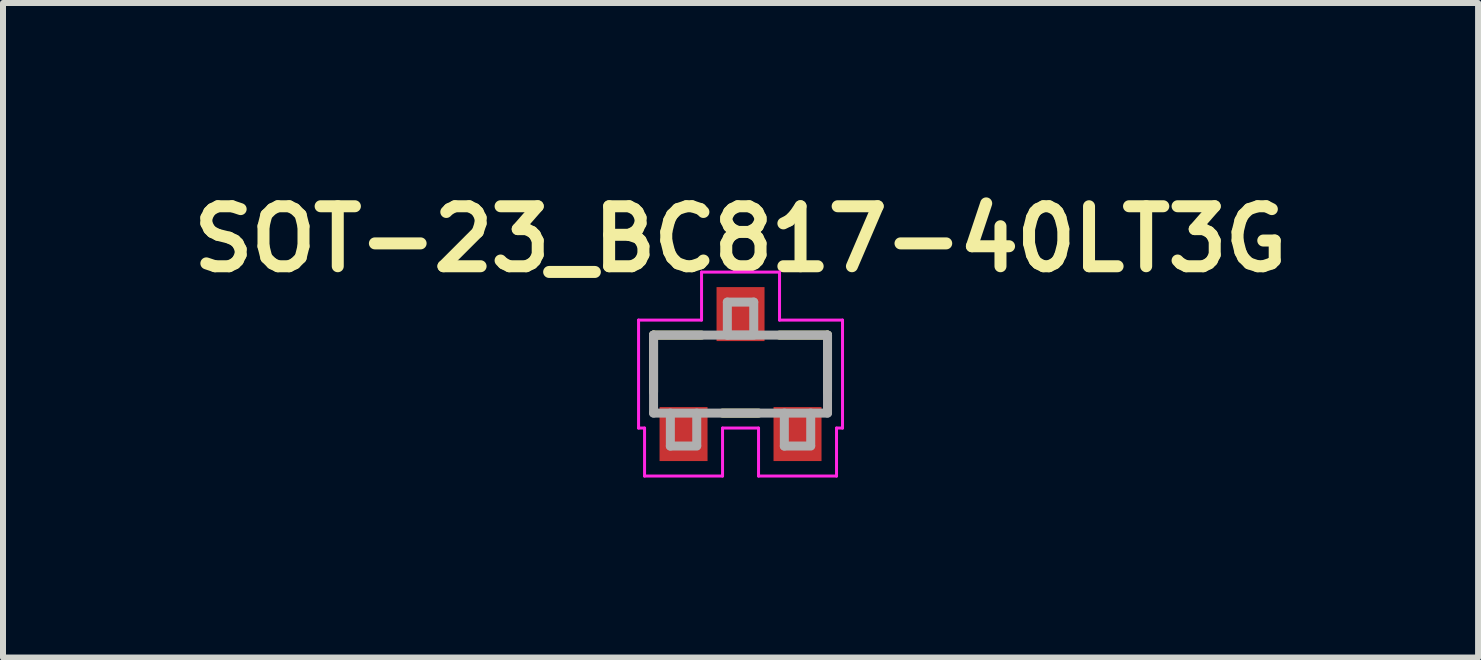
<source format=kicad_pcb>
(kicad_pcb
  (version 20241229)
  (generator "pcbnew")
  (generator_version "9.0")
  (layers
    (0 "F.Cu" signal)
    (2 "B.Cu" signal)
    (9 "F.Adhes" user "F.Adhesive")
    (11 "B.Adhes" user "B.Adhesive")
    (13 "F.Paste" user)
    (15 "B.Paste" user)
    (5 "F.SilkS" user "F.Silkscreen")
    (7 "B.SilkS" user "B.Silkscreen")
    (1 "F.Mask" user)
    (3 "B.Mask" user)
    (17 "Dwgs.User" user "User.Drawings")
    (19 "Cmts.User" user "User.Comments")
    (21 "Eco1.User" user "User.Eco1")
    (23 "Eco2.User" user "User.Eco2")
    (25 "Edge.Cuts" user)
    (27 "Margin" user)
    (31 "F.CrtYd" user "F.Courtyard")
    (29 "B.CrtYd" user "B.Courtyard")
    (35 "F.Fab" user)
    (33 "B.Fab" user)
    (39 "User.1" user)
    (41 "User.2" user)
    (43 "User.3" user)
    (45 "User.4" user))
  (footprint "SOT-23_BC817-40LT3G"
    (layer "F.Cu")
    (at 9.295 3.186)
    (property "Reference" "SOT-23_BC817-40LT3G" (at 0 -2.25 0) (layer "F.SilkS") (effects (font (size 1 1) (thickness 0.2))))
    (attr smd)
    (fp_line (start -1.45 -0.65) (end -0.65 -0.65) (stroke (width 0.15) (type solid)) (layer "F.SilkS"))
    (fp_line (start -1.45 0.3) (end -1.45 -0.65) (stroke (width 0.15) (type solid)) (layer "F.SilkS"))
    (fp_line (start -0.3 0.65) (end 0.3 0.65) (stroke (width 0.15) (type solid)) (layer "F.SilkS"))
    (fp_line (start 1.45 -0.65) (end 0.65 -0.65) (stroke (width 0.15) (type solid)) (layer "F.SilkS"))
    (fp_line (start 1.45 -0.65) (end 1.45 0.3) (stroke (width 0.15) (type solid)) (layer "F.SilkS"))
    (fp_line (start -1.7 -0.9) (end -1.7 0.9) (stroke (width 0.05) (type solid)) (layer "F.CrtYd"))
    (fp_line (start -1.7 0.9) (end -1.6 0.9) (stroke (width 0.05) (type solid)) (layer "F.CrtYd"))
    (fp_line (start -1.6 0.9) (end -1.6 1.7) (stroke (width 0.05) (type solid)) (layer "F.CrtYd"))
    (fp_line (start -1.6 1.7) (end -0.3 1.7) (stroke (width 0.05) (type solid)) (layer "F.CrtYd"))
    (fp_line (start -0.65 -1.7) (end -0.65 -0.9) (stroke (width 0.05) (type solid)) (layer "F.CrtYd"))
    (fp_line (start -0.65 -0.9) (end -1.7 -0.9) (stroke (width 0.05) (type solid)) (layer "F.CrtYd"))
    (fp_line (start -0.3 0.9) (end 0.3 0.9) (stroke (width 0.05) (type solid)) (layer "F.CrtYd"))
    (fp_line (start -0.3 1.7) (end -0.3 0.9) (stroke (width 0.05) (type solid)) (layer "F.CrtYd"))
    (fp_line (start 0.3 0.9) (end 0.3 1.7) (stroke (width 0.05) (type solid)) (layer "F.CrtYd"))
    (fp_line (start 0.3 1.7) (end 1.6 1.7) (stroke (width 0.05) (type solid)) (layer "F.CrtYd"))
    (fp_line (start 0.65 -1.7) (end -0.65 -1.7) (stroke (width 0.05) (type solid)) (layer "F.CrtYd"))
    (fp_line (start 0.65 -0.9) (end 0.65 -1.7) (stroke (width 0.05) (type solid)) (layer "F.CrtYd"))
    (fp_line (start 1.6 0.9) (end 1.7 0.9) (stroke (width 0.05) (type solid)) (layer "F.CrtYd"))
    (fp_line (start 1.6 1.7) (end 1.6 0.9) (stroke (width 0.05) (type solid)) (layer "F.CrtYd"))
    (fp_line (start 1.7 -0.9) (end 0.65 -0.9) (stroke (width 0.05) (type solid)) (layer "F.CrtYd"))
    (fp_line (start 1.7 0.9) (end 1.7 -0.9) (stroke (width 0.05) (type solid)) (layer "F.CrtYd"))
    (fp_line (start -1.45 -0.65) (end 1.45 -0.65) (stroke (width 0.15) (type solid)) (layer "F.Fab"))
    (fp_line (start -1.45 0.65) (end -1.45 -0.65) (stroke (width 0.15) (type solid)) (layer "F.Fab"))
    (fp_line (start -1.17 0.65) (end -0.73 0.65) (stroke (width 0.1) (type solid)) (layer "F.Fab"))
    (fp_line (start -1.17 1.2) (end -1.17 0.65) (stroke (width 0.15) (type solid)) (layer "F.Fab"))
    (fp_line (start -0.73 0.65) (end -0.73 1.19) (stroke (width 0.15) (type solid)) (layer "F.Fab"))
    (fp_line (start -0.73 1.2) (end -1.17 1.2) (stroke (width 0.15) (type solid)) (layer "F.Fab"))
    (fp_line (start -0.22 -1.2) (end 0.22 -1.2) (stroke (width 0.15) (type solid)) (layer "F.Fab"))
    (fp_line (start -0.22 -0.65) (end -0.22 -1.2) (stroke (width 0.15) (type solid)) (layer "F.Fab"))
    (fp_line (start 0.22 -1.2) (end 0.22 -0.66) (stroke (width 0.15) (type solid)) (layer "F.Fab"))
    (fp_line (start 0.22 -0.65) (end -0.22 -0.65) (stroke (width 0.15) (type solid)) (layer "F.Fab"))
    (fp_line (start 0.73 0.65) (end 1.17 0.65) (stroke (width 0.1) (type solid)) (layer "F.Fab"))
    (fp_line (start 0.73 1.2) (end 0.73 0.65) (stroke (width 0.15) (type solid)) (layer "F.Fab"))
    (fp_line (start 1.17 0.65) (end 1.17 1.19) (stroke (width 0.15) (type solid)) (layer "F.Fab"))
    (fp_line (start 1.17 1.2) (end 0.73 1.2) (stroke (width 0.15) (type solid)) (layer "F.Fab"))
    (fp_line (start 1.45 -0.65) (end 1.45 0.65) (stroke (width 0.15) (type solid)) (layer "F.Fab"))
    (fp_line (start 1.45 0.65) (end -1.45 0.65) (stroke (width 0.15) (type solid)) (layer "F.Fab"))
    (pad "1" smd rect (at -0.95 1) (size 0.8 0.9) (layers "F.Cu" "F.Mask" "F.Paste"))
    (pad "2" smd rect (at 0.95 1) (size 0.8 0.9) (layers "F.Cu" "F.Mask" "F.Paste"))
    (pad "3" smd rect (at 0 -1) (size 0.8 0.9) (layers "F.Cu" "F.Mask" "F.Paste")))
  (gr_rect
    (start -3 -3)
    (end 21.59 7.911)
    (stroke (width 0.1) (type default))
    (fill no)
    (layer "Edge.Cuts")))
</source>
